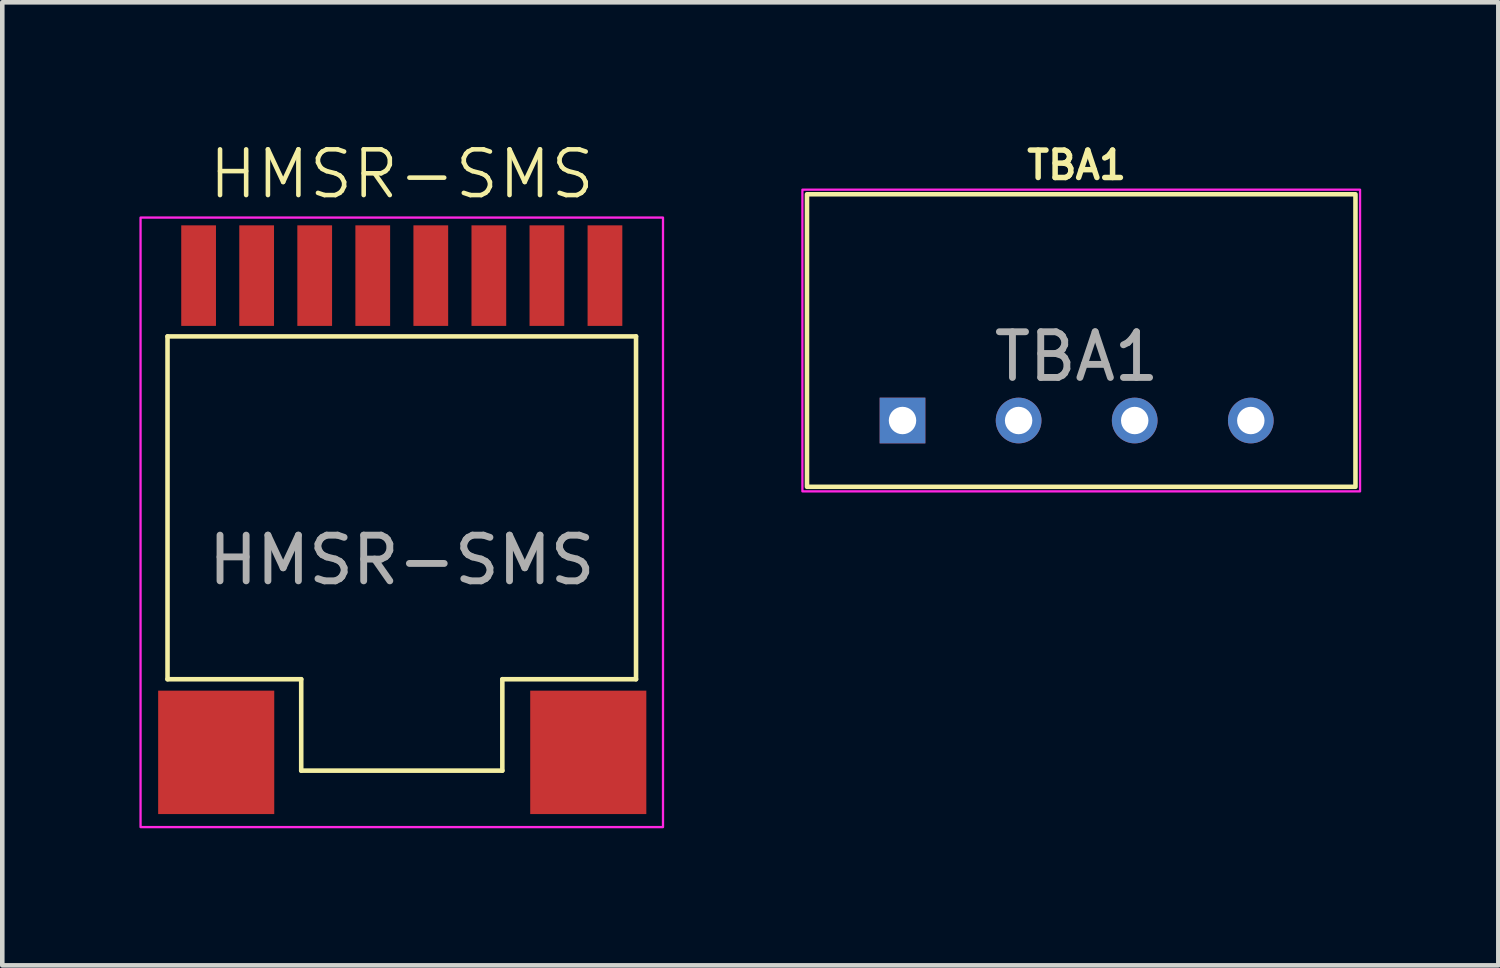
<source format=kicad_pcb>
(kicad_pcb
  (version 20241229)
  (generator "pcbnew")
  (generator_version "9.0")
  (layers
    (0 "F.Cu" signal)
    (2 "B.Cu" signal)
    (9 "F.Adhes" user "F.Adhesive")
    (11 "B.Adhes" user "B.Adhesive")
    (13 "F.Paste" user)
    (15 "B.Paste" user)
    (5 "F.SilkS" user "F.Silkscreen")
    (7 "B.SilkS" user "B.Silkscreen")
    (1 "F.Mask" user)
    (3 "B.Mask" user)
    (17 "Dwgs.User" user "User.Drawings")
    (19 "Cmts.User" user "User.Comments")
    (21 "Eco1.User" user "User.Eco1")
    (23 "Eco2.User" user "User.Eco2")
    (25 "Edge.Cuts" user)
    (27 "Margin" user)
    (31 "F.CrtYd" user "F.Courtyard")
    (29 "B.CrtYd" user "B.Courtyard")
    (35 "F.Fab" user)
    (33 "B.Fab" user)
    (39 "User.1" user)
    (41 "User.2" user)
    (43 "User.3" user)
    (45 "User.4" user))
  (footprint "TBA1"
    (layer "F.Cu")
    (at 20.505 6.15)
    (property "Reference" "TBA1" (at 0 -5.588 0) (unlocked yes) (layer "F.SilkS") (effects (font (size 0.6 0.6) (thickness 0.12) (bold yes))))
    (attr through_hole)
    (fp_rect (start -5.9 -4.95) (end 6.1 1.45) (stroke (width 0.1) (type default)) (fill no) (layer "F.SilkS"))
    (fp_rect (start -6 -5.05) (end 6.2 1.55) (stroke (width 0.05) (type default)) (fill no) (layer "F.CrtYd"))
    (fp_text user "${REFERENCE}" (at 0 -1.397 0) (unlocked yes) (layer "F.Fab") (effects (font (size 1 1) (thickness 0.15))))
    (pad "1" thru_hole rect (at -3.81 0) (size 1 1) (drill 0.6) (layers "*.Cu" "*.Mask"))
    (pad "2" thru_hole circle (at -1.27 0) (size 1 1) (drill 0.6) (layers "*.Cu" "*.Mask"))
    (pad "3" thru_hole circle (at 1.27 0) (size 1 1) (drill 0.6) (layers "*.Cu" "*.Mask"))
    (pad "4" thru_hole circle (at 3.81 0) (size 1 1) (drill 0.6) (layers "*.Cu" "*.Mask")))
  (footprint "HMSR-SMS"
    (layer "F.Cu")
    (at 5.74 8.06)
    (property "Reference" "HMSR-SMS" (at 0 -7.3 0) (unlocked yes) (layer "F.SilkS") (effects (font (size 1 1) (thickness 0.1))))
    (attr smd)
    (fp_line (start -5.125 -3.75) (end -5.125 3.75) (stroke (width 0.1) (type default)) (layer "F.SilkS"))
    (fp_line (start -5.125 3.75) (end -2.2 3.75) (stroke (width 0.1) (type default)) (layer "F.SilkS"))
    (fp_line (start -2.2 3.75) (end -2.2 5.75) (stroke (width 0.1) (type default)) (layer "F.SilkS"))
    (fp_line (start -2.2 5.75) (end 2.2 5.75) (stroke (width 0.1) (type default)) (layer "F.SilkS"))
    (fp_line (start 2.2 3.75) (end 5.125 3.75) (stroke (width 0.1) (type default)) (layer "F.SilkS"))
    (fp_line (start 2.2 5.75) (end 2.2 3.75) (stroke (width 0.1) (type default)) (layer "F.SilkS"))
    (fp_line (start 5.125 -3.75) (end -5.125 -3.75) (stroke (width 0.1) (type default)) (layer "F.SilkS"))
    (fp_line (start 5.125 3.75) (end 5.125 -3.75) (stroke (width 0.1) (type default)) (layer "F.SilkS"))
    (fp_rect (start -5.715 6.985) (end 5.715 -6.35) (stroke (width 0.05) (type default)) (fill no) (layer "F.CrtYd"))
    (fp_text user "${REFERENCE}" (at 0 1.143 0) (unlocked yes) (layer "F.Fab") (effects (font (size 1 1) (thickness 0.15))))
    (pad "1" smd trapezoid (at -4.06 5.35) (size 2.54 2.7) (layers "F.Cu" "F.Mask" "F.Paste"))
    (pad "8" smd trapezoid (at 4.08 5.35) (size 2.54 2.7) (layers "F.Cu" "F.Mask" "F.Paste"))
    (pad "9" smd trapezoid (at 4.445 -5.08) (size 0.76 2.2) (layers "F.Cu" "F.Mask" "F.Paste"))
    (pad "10" smd trapezoid (at 3.175 -5.08) (size 0.76 2.2) (layers "F.Cu" "F.Mask" "F.Paste"))
    (pad "11" smd trapezoid (at 1.905 -5.08) (size 0.76 2.2) (layers "F.Cu" "F.Mask" "F.Paste"))
    (pad "12" smd trapezoid (at 0.635 -5.08) (size 0.76 2.2) (layers "F.Cu" "F.Mask" "F.Paste"))
    (pad "13" smd trapezoid (at -0.635 -5.08) (size 0.76 2.2) (layers "F.Cu" "F.Mask" "F.Paste"))
    (pad "14" smd trapezoid (at -1.905 -5.08) (size 0.76 2.2) (layers "F.Cu" "F.Mask" "F.Paste"))
    (pad "15" smd trapezoid (at -3.175 -5.08) (size 0.76 2.2) (layers "F.Cu" "F.Mask" "F.Paste"))
    (pad "16" smd trapezoid (at -4.445 -5.08) (size 0.76 2.2) (layers "F.Cu" "F.Mask" "F.Paste")))
  (gr_rect
    (start -3 -3)
    (end 29.73 18.07)
    (stroke (width 0.1) (type default))
    (fill no)
    (layer "Edge.Cuts")))
</source>
